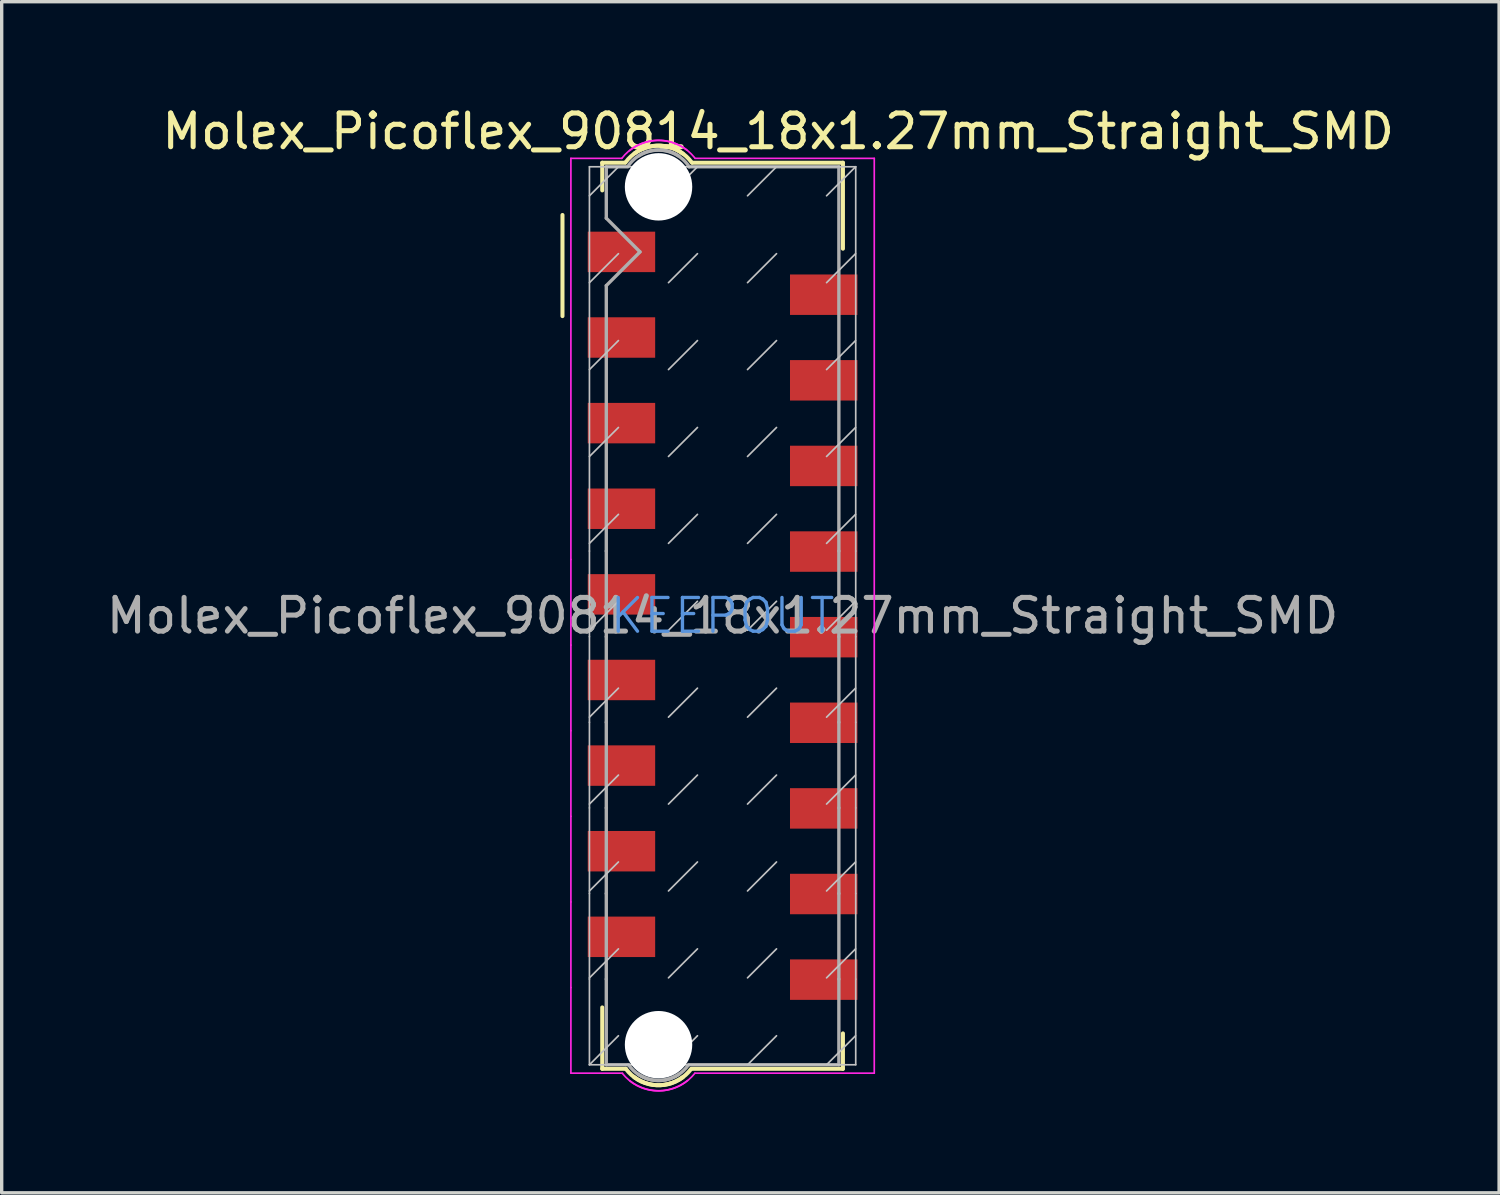
<source format=kicad_pcb>
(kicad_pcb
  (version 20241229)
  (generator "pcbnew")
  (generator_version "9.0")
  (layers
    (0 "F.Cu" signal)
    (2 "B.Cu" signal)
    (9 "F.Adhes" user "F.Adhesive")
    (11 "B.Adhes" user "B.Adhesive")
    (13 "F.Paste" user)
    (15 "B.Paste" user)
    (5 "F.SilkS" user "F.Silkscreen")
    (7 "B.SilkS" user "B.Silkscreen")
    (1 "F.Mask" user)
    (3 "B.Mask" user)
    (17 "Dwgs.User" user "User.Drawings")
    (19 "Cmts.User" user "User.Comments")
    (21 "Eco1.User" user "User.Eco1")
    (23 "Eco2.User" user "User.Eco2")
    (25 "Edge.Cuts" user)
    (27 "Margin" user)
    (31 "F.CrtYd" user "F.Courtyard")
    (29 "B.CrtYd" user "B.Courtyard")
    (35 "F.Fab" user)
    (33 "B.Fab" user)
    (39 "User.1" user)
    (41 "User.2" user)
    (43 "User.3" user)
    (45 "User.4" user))
  (footprint "Molex_Picoflex_90814_18x1.27mm_Straight_SMD"
    (layer "F.Cu")
    (at 18.387 15.218)
    (property "Reference" "Molex_Picoflex_90814_18x1.27mm_Straight_SMD" (at 1.65 -14.37 0) (layer "F.SilkS") (effects (font (size 1 1) (thickness 0.15))))
    (attr smd)
    (fp_line (start -4.75 -11.89) (end -4.75 -8.89) (stroke (width 0.12) (type solid)) (layer "F.SilkS"))
    (fp_line (start -3.57 -13.44) (end -2.89 -13.44) (stroke (width 0.12) (type solid)) (layer "F.SilkS"))
    (fp_line (start -3.57 -12.62) (end -3.57 -13.44) (stroke (width 0.12) (type solid)) (layer "F.SilkS"))
    (fp_line (start -3.57 13.44) (end -3.57 11.62) (stroke (width 0.12) (type solid)) (layer "F.SilkS"))
    (fp_line (start -2.87 13.44) (end -3.57 13.44) (stroke (width 0.12) (type solid)) (layer "F.SilkS"))
    (fp_line (start -0.89 -13.44) (end 3.57 -13.44) (stroke (width 0.12) (type solid)) (layer "F.SilkS"))
    (fp_line (start 3.57 -13.44) (end 3.57 -10.89) (stroke (width 0.12) (type solid)) (layer "F.SilkS"))
    (fp_line (start 3.57 12.39) (end 3.57 13.44) (stroke (width 0.12) (type solid)) (layer "F.SilkS"))
    (fp_line (start 3.57 13.44) (end -0.9 13.44) (stroke (width 0.12) (type solid)) (layer "F.SilkS"))
    (fp_arc (start -2.88 -13.45) (mid -2.083848 -13.932082) (end -1.18 -13.71) (stroke (width 0.12) (type solid)) (layer "F.SilkS"))
    (fp_arc (start -2.61 -13.72) (mid -1.70201 -13.932082) (end -0.91 -13.44) (stroke (width 0.12) (type solid)) (layer "F.SilkS"))
    (fp_arc (start -1.18 13.69) (mid -2.076777 13.91501) (end -2.87 13.44) (stroke (width 0.12) (type solid)) (layer "F.SilkS"))
    (fp_arc (start -0.93 13.44) (mid -1.723223 13.91501) (end -2.62 13.69) (stroke (width 0.12) (type solid)) (layer "F.SilkS"))
    (fp_line (start -3.95 -12.46) (end -3.09 -13.32) (stroke (width 0.05) (type solid)) (layer "Dwgs.User"))
    (fp_line (start -3.95 -9.882) (end -3.09 -10.742) (stroke (width 0.05) (type solid)) (layer "Dwgs.User"))
    (fp_line (start -3.95 -7.304) (end -3.09 -8.164) (stroke (width 0.05) (type solid)) (layer "Dwgs.User"))
    (fp_line (start -3.95 -4.726) (end -3.09 -5.586) (stroke (width 0.05) (type solid)) (layer "Dwgs.User"))
    (fp_line (start -3.95 -2.148) (end -3.09 -3.008) (stroke (width 0.05) (type solid)) (layer "Dwgs.User"))
    (fp_line (start -3.95 -1.92) (end -3.95 -13.32) (stroke (width 0.05) (type solid)) (layer "Dwgs.User"))
    (fp_line (start -3.95 0.43) (end -3.09 -0.43) (stroke (width 0.05) (type solid)) (layer "Dwgs.User"))
    (fp_line (start -3.95 0.62) (end -3.95 -1.92) (stroke (width 0.05) (type solid)) (layer "Dwgs.User"))
    (fp_line (start -3.95 3.008) (end -3.09 2.148) (stroke (width 0.05) (type solid)) (layer "Dwgs.User"))
    (fp_line (start -3.95 3.16) (end -3.95 0.62) (stroke (width 0.05) (type solid)) (layer "Dwgs.User"))
    (fp_line (start -3.95 3.16) (end -3.95 5.7) (stroke (width 0.05) (type solid)) (layer "Dwgs.User"))
    (fp_line (start -3.95 5.586) (end -3.09 4.726) (stroke (width 0.05) (type solid)) (layer "Dwgs.User"))
    (fp_line (start -3.95 5.7) (end -3.95 8.24) (stroke (width 0.05) (type solid)) (layer "Dwgs.User"))
    (fp_line (start -3.95 8.164) (end -3.09 7.304) (stroke (width 0.05) (type solid)) (layer "Dwgs.User"))
    (fp_line (start -3.95 8.24) (end -3.95 10.78) (stroke (width 0.05) (type solid)) (layer "Dwgs.User"))
    (fp_line (start -3.95 10.742) (end -3.09 9.882) (stroke (width 0.05) (type solid)) (layer "Dwgs.User"))
    (fp_line (start -3.95 13.32) (end -3.95 10.78) (stroke (width 0.05) (type solid)) (layer "Dwgs.User"))
    (fp_line (start -3.95 13.32) (end -3.09 12.46) (stroke (width 0.05) (type solid)) (layer "Dwgs.User"))
    (fp_line (start -3.95 13.32) (end 3.95 13.32) (stroke (width 0.05) (type solid)) (layer "Dwgs.User"))
    (fp_line (start -1.605 -12.46) (end -0.745 -13.32) (stroke (width 0.05) (type solid)) (layer "Dwgs.User"))
    (fp_line (start -1.605 -9.882) (end -0.745 -10.742) (stroke (width 0.05) (type solid)) (layer "Dwgs.User"))
    (fp_line (start -1.605 -7.304) (end -0.745 -8.164) (stroke (width 0.05) (type solid)) (layer "Dwgs.User"))
    (fp_line (start -1.605 -4.726) (end -0.745 -5.586) (stroke (width 0.05) (type solid)) (layer "Dwgs.User"))
    (fp_line (start -1.605 -2.148) (end -0.745 -3.008) (stroke (width 0.05) (type solid)) (layer "Dwgs.User"))
    (fp_line (start -1.605 0.43) (end -0.745 -0.43) (stroke (width 0.05) (type solid)) (layer "Dwgs.User"))
    (fp_line (start -1.605 3.008) (end -0.745 2.148) (stroke (width 0.05) (type solid)) (layer "Dwgs.User"))
    (fp_line (start -1.605 5.586) (end -0.745 4.726) (stroke (width 0.05) (type solid)) (layer "Dwgs.User"))
    (fp_line (start -1.605 8.164) (end -0.745 7.304) (stroke (width 0.05) (type solid)) (layer "Dwgs.User"))
    (fp_line (start -1.605 10.742) (end -0.745 9.882) (stroke (width 0.05) (type solid)) (layer "Dwgs.User"))
    (fp_line (start -1.605 13.32) (end -0.745 12.46) (stroke (width 0.05) (type solid)) (layer "Dwgs.User"))
    (fp_line (start 0.74 -12.46) (end 1.6 -13.32) (stroke (width 0.05) (type solid)) (layer "Dwgs.User"))
    (fp_line (start 0.74 -9.882) (end 1.6 -10.742) (stroke (width 0.05) (type solid)) (layer "Dwgs.User"))
    (fp_line (start 0.74 -7.304) (end 1.6 -8.164) (stroke (width 0.05) (type solid)) (layer "Dwgs.User"))
    (fp_line (start 0.74 -4.726) (end 1.6 -5.586) (stroke (width 0.05) (type solid)) (layer "Dwgs.User"))
    (fp_line (start 0.74 -2.148) (end 1.6 -3.008) (stroke (width 0.05) (type solid)) (layer "Dwgs.User"))
    (fp_line (start 0.74 0.43) (end 1.6 -0.43) (stroke (width 0.05) (type solid)) (layer "Dwgs.User"))
    (fp_line (start 0.74 3.008) (end 1.6 2.148) (stroke (width 0.05) (type solid)) (layer "Dwgs.User"))
    (fp_line (start 0.74 5.586) (end 1.6 4.726) (stroke (width 0.05) (type solid)) (layer "Dwgs.User"))
    (fp_line (start 0.74 8.164) (end 1.6 7.304) (stroke (width 0.05) (type solid)) (layer "Dwgs.User"))
    (fp_line (start 0.74 10.742) (end 1.6 9.882) (stroke (width 0.05) (type solid)) (layer "Dwgs.User"))
    (fp_line (start 0.74 13.32) (end 1.6 12.46) (stroke (width 0.05) (type solid)) (layer "Dwgs.User"))
    (fp_line (start 3.085 -12.46) (end 3.945 -13.32) (stroke (width 0.05) (type solid)) (layer "Dwgs.User"))
    (fp_line (start 3.085 -9.882) (end 3.945 -10.742) (stroke (width 0.05) (type solid)) (layer "Dwgs.User"))
    (fp_line (start 3.085 -7.304) (end 3.945 -8.164) (stroke (width 0.05) (type solid)) (layer "Dwgs.User"))
    (fp_line (start 3.085 -4.726) (end 3.945 -5.586) (stroke (width 0.05) (type solid)) (layer "Dwgs.User"))
    (fp_line (start 3.085 -2.148) (end 3.945 -3.008) (stroke (width 0.05) (type solid)) (layer "Dwgs.User"))
    (fp_line (start 3.085 0.43) (end 3.945 -0.43) (stroke (width 0.05) (type solid)) (layer "Dwgs.User"))
    (fp_line (start 3.085 3.008) (end 3.945 2.148) (stroke (width 0.05) (type solid)) (layer "Dwgs.User"))
    (fp_line (start 3.085 5.586) (end 3.945 4.726) (stroke (width 0.05) (type solid)) (layer "Dwgs.User"))
    (fp_line (start 3.085 8.164) (end 3.945 7.304) (stroke (width 0.05) (type solid)) (layer "Dwgs.User"))
    (fp_line (start 3.085 10.742) (end 3.945 9.882) (stroke (width 0.05) (type solid)) (layer "Dwgs.User"))
    (fp_line (start 3.085 13.32) (end 3.945 12.46) (stroke (width 0.05) (type solid)) (layer "Dwgs.User"))
    (fp_line (start 3.95 -13.32) (end -3.95 -13.32) (stroke (width 0.05) (type solid)) (layer "Dwgs.User"))
    (fp_line (start 3.95 -13.32) (end 3.95 -1.92) (stroke (width 0.05) (type solid)) (layer "Dwgs.User"))
    (fp_line (start 3.95 -1.92) (end 3.95 0.62) (stroke (width 0.05) (type solid)) (layer "Dwgs.User"))
    (fp_line (start 3.95 0.62) (end 3.95 3.16) (stroke (width 0.05) (type solid)) (layer "Dwgs.User"))
    (fp_line (start 3.95 3.16) (end 3.95 5.7) (stroke (width 0.05) (type solid)) (layer "Dwgs.User"))
    (fp_line (start 3.95 8.24) (end 3.95 5.7) (stroke (width 0.05) (type solid)) (layer "Dwgs.User"))
    (fp_line (start 3.95 8.24) (end 3.95 10.78) (stroke (width 0.05) (type solid)) (layer "Dwgs.User"))
    (fp_line (start 3.95 13.32) (end 3.95 10.78) (stroke (width 0.05) (type solid)) (layer "Dwgs.User"))
    (fp_line (start -4.5 -13.57) (end -4.5 -1.67) (stroke (width 0.05) (type solid)) (layer "F.CrtYd"))
    (fp_line (start -4.5 -1.67) (end -4.5 0.87) (stroke (width 0.05) (type solid)) (layer "F.CrtYd"))
    (fp_line (start -4.5 0.87) (end -4.5 3.41) (stroke (width 0.05) (type solid)) (layer "F.CrtYd"))
    (fp_line (start -4.5 5.95) (end -4.5 3.41) (stroke (width 0.05) (type solid)) (layer "F.CrtYd"))
    (fp_line (start -4.5 8.49) (end -4.5 5.95) (stroke (width 0.05) (type solid)) (layer "F.CrtYd"))
    (fp_line (start -4.5 11.03) (end -4.5 8.49) (stroke (width 0.05) (type solid)) (layer "F.CrtYd"))
    (fp_line (start -4.5 11.03) (end -4.5 13.57) (stroke (width 0.05) (type solid)) (layer "F.CrtYd"))
    (fp_line (start -4.5 13.57) (end -2.97 13.57) (stroke (width 0.05) (type solid)) (layer "F.CrtYd"))
    (fp_line (start -2.99 -13.57) (end -4.5 -13.57) (stroke (width 0.05) (type solid)) (layer "F.CrtYd"))
    (fp_line (start -0.82 -13.57) (end 4.5 -13.57) (stroke (width 0.05) (type solid)) (layer "F.CrtYd"))
    (fp_line (start 4.5 -13.57) (end 4.5 13.57) (stroke (width 0.05) (type solid)) (layer "F.CrtYd"))
    (fp_line (start 4.5 13.57) (end -0.82 13.57) (stroke (width 0.05) (type solid)) (layer "F.CrtYd"))
    (fp_arc (start -2.99 -13.57) (mid -2.076777 -14.094716) (end -1.06 -13.82) (stroke (width 0.05) (type solid)) (layer "F.CrtYd"))
    (fp_arc (start -2.76 -13.8) (mid -1.751508 -14.094716) (end -0.83 -13.59) (stroke (width 0.05) (type solid)) (layer "F.CrtYd"))
    (fp_arc (start -1.04 13.79) (mid -2.048492 14.084716) (end -2.97 13.58) (stroke (width 0.05) (type solid)) (layer "F.CrtYd"))
    (fp_arc (start -0.82 13.57) (mid -1.737365 14.084716) (end -2.75 13.8) (stroke (width 0.05) (type solid)) (layer "F.CrtYd"))
    (fp_line (start -3.45 -13.32) (end -3.45 -11.795) (stroke (width 0.1) (type solid)) (layer "F.Fab"))
    (fp_line (start -3.45 -13.32) (end -2.81 -13.32) (stroke (width 0.1) (type solid)) (layer "F.Fab"))
    (fp_line (start -3.45 -9.795) (end -2.45 -10.795) (stroke (width 0.1) (type solid)) (layer "F.Fab"))
    (fp_line (start -3.45 -1.92) (end -3.45 -9.795) (stroke (width 0.1) (type solid)) (layer "F.Fab"))
    (fp_line (start -3.45 -1.92) (end -3.45 0.62) (stroke (width 0.1) (type solid)) (layer "F.Fab"))
    (fp_line (start -3.45 0.62) (end -3.45 3.16) (stroke (width 0.1) (type solid)) (layer "F.Fab"))
    (fp_line (start -3.45 3.16) (end -3.45 5.7) (stroke (width 0.1) (type solid)) (layer "F.Fab"))
    (fp_line (start -3.45 5.7) (end -3.45 8.24) (stroke (width 0.1) (type solid)) (layer "F.Fab"))
    (fp_line (start -3.45 8.24) (end -3.45 10.78) (stroke (width 0.1) (type solid)) (layer "F.Fab"))
    (fp_line (start -3.45 10.78) (end -3.45 13.32) (stroke (width 0.1) (type solid)) (layer "F.Fab"))
    (fp_line (start -3.45 13.32) (end -2.79 13.32) (stroke (width 0.1) (type solid)) (layer "F.Fab"))
    (fp_line (start -2.45 -10.795) (end -3.45 -11.795) (stroke (width 0.1) (type solid)) (layer "F.Fab"))
    (fp_line (start -1 -13.32) (end 3.45 -13.32) (stroke (width 0.1) (type solid)) (layer "F.Fab"))
    (fp_line (start 3.45 -13.32) (end 3.45 -1.92) (stroke (width 0.1) (type solid)) (layer "F.Fab"))
    (fp_line (start 3.45 -1.92) (end 3.45 0.62) (stroke (width 0.1) (type solid)) (layer "F.Fab"))
    (fp_line (start 3.45 0.62) (end 3.45 3.16) (stroke (width 0.1) (type solid)) (layer "F.Fab"))
    (fp_line (start 3.45 3.16) (end 3.45 5.7) (stroke (width 0.1) (type solid)) (layer "F.Fab"))
    (fp_line (start 3.45 5.7) (end 3.45 8.24) (stroke (width 0.1) (type solid)) (layer "F.Fab"))
    (fp_line (start 3.45 8.24) (end 3.45 10.78) (stroke (width 0.1) (type solid)) (layer "F.Fab"))
    (fp_line (start 3.45 10.78) (end 3.45 13.32) (stroke (width 0.1) (type solid)) (layer "F.Fab"))
    (fp_line (start 3.45 13.32) (end -1 13.32) (stroke (width 0.1) (type solid)) (layer "F.Fab"))
    (fp_arc (start -2.81 -13.33) (mid -2.119203 -13.797731) (end -1.3 -13.64) (stroke (width 0.1) (type solid)) (layer "F.Fab"))
    (fp_arc (start -2.49 -13.64) (mid -1.673726 -13.79066) (end -0.99 -13.32) (stroke (width 0.1) (type solid)) (layer "F.Fab"))
    (fp_arc (start -1.29 13.6) (mid -2.09799 13.77066) (end -2.79 13.32) (stroke (width 0.1) (type solid)) (layer "F.Fab"))
    (fp_arc (start -1.01 13.32) (mid -1.70201 13.77066) (end -2.51 13.6) (stroke (width 0.1) (type solid)) (layer "F.Fab"))
    (fp_text user "KEEPOUT" (at 0 0 0) (layer "Cmts.User") (effects (font (size 1 1) (thickness 0.1))))
    (fp_text user "${REFERENCE}" (at 0 0 0) (layer "F.Fab") (effects (font (size 1 1) (thickness 0.15))))
    (pad "" np_thru_hole circle (at -1.9 -12.725) (size 2 2) (drill 2) (layers "*.Cu" "*.Mask"))
    (pad "" np_thru_hole circle (at -1.9 12.725) (size 2 2) (drill 2) (layers "*.Cu" "*.Mask"))
    (pad "1" smd rect (at -3 -10.795) (size 2 1.2) (layers "F.Cu" "F.Mask" "F.Paste"))
    (pad "2" smd rect (at 3 -9.525) (size 2 1.2) (layers "F.Cu" "F.Mask" "F.Paste"))
    (pad "3" smd rect (at -3 -8.255) (size 2 1.2) (layers "F.Cu" "F.Mask" "F.Paste"))
    (pad "4" smd rect (at 3 -6.985) (size 2 1.2) (layers "F.Cu" "F.Mask" "F.Paste"))
    (pad "5" smd rect (at -3 -5.715) (size 2 1.2) (layers "F.Cu" "F.Mask" "F.Paste"))
    (pad "6" smd rect (at 3 -4.445) (size 2 1.2) (layers "F.Cu" "F.Mask" "F.Paste"))
    (pad "7" smd rect (at -3 -3.175) (size 2 1.2) (layers "F.Cu" "F.Mask" "F.Paste"))
    (pad "8" smd rect (at 3 -1.905) (size 2 1.2) (layers "F.Cu" "F.Mask" "F.Paste"))
    (pad "9" smd rect (at -3 -0.635) (size 2 1.2) (layers "F.Cu" "F.Mask" "F.Paste"))
    (pad "10" smd rect (at 3 0.635) (size 2 1.2) (layers "F.Cu" "F.Mask" "F.Paste"))
    (pad "11" smd rect (at -3 1.905) (size 2 1.2) (layers "F.Cu" "F.Mask" "F.Paste"))
    (pad "12" smd rect (at 3 3.175) (size 2 1.2) (layers "F.Cu" "F.Mask" "F.Paste"))
    (pad "13" smd rect (at -3 4.445) (size 2 1.2) (layers "F.Cu" "F.Mask" "F.Paste"))
    (pad "14" smd rect (at 3 5.715) (size 2 1.2) (layers "F.Cu" "F.Mask" "F.Paste"))
    (pad "15" smd rect (at -3 6.985) (size 2 1.2) (layers "F.Cu" "F.Mask" "F.Paste"))
    (pad "16" smd rect (at 3 8.255) (size 2 1.2) (layers "F.Cu" "F.Mask" "F.Paste"))
    (pad "17" smd rect (at -3 9.525) (size 2 1.2) (layers "F.Cu" "F.Mask" "F.Paste"))
    (pad "18" smd rect (at 3 10.795) (size 2 1.2) (layers "F.Cu" "F.Mask" "F.Paste")))
  (gr_rect
    (start -3 -3)
    (end 41.424 32.338)
    (stroke (width 0.1) (type default))
    (fill no)
    (layer "Edge.Cuts")))
</source>
